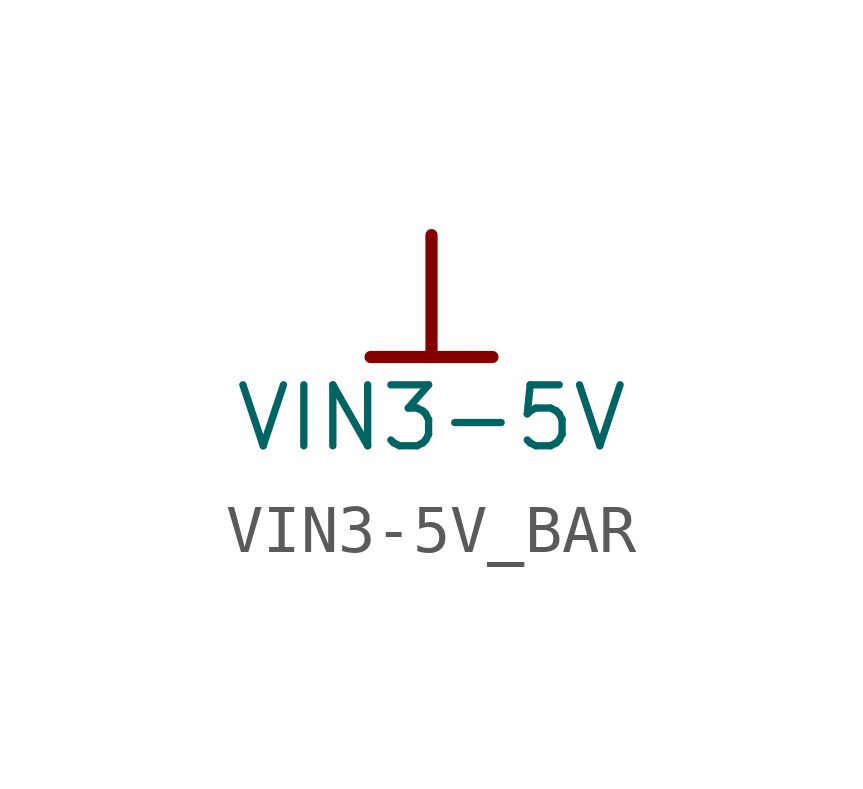
<source format=kicad_sym>
(kicad_symbol_lib
  (version 20241209)
  (generator "kicad_symbol_editor")
  (generator_version "9.0")
  (symbol "VIN3-5V_BAR"
    (power)
    (property "Reference" "#PWR"
      (at 0 0 0)
      (effects (font (size 1.27 1.27)) (hide yes)))
    (property "Value" "VIN3-5V"
      (at 0 -3.81 0)
      (effects (font (size 1.27 1.27))))
    (symbol "VIN3-5V_BAR_0_0"
      (polyline (pts (xy -1.27 -2.54) (xy 1.27 -2.54)) (stroke (width 0.254) (type solid)) (fill (type none)))
      (polyline (pts (xy 0 0) (xy 0 -2.54)) (stroke (width 0.254) (type solid)) (fill (type none)))
      (pin power_in line (at 0 0 0) (length 0) (hide yes) (name "VIN3-5V" (effects (font (size 1.27 1.27)))) (number "" (effects (font (size 1.27 1.27))))))))
</source>
